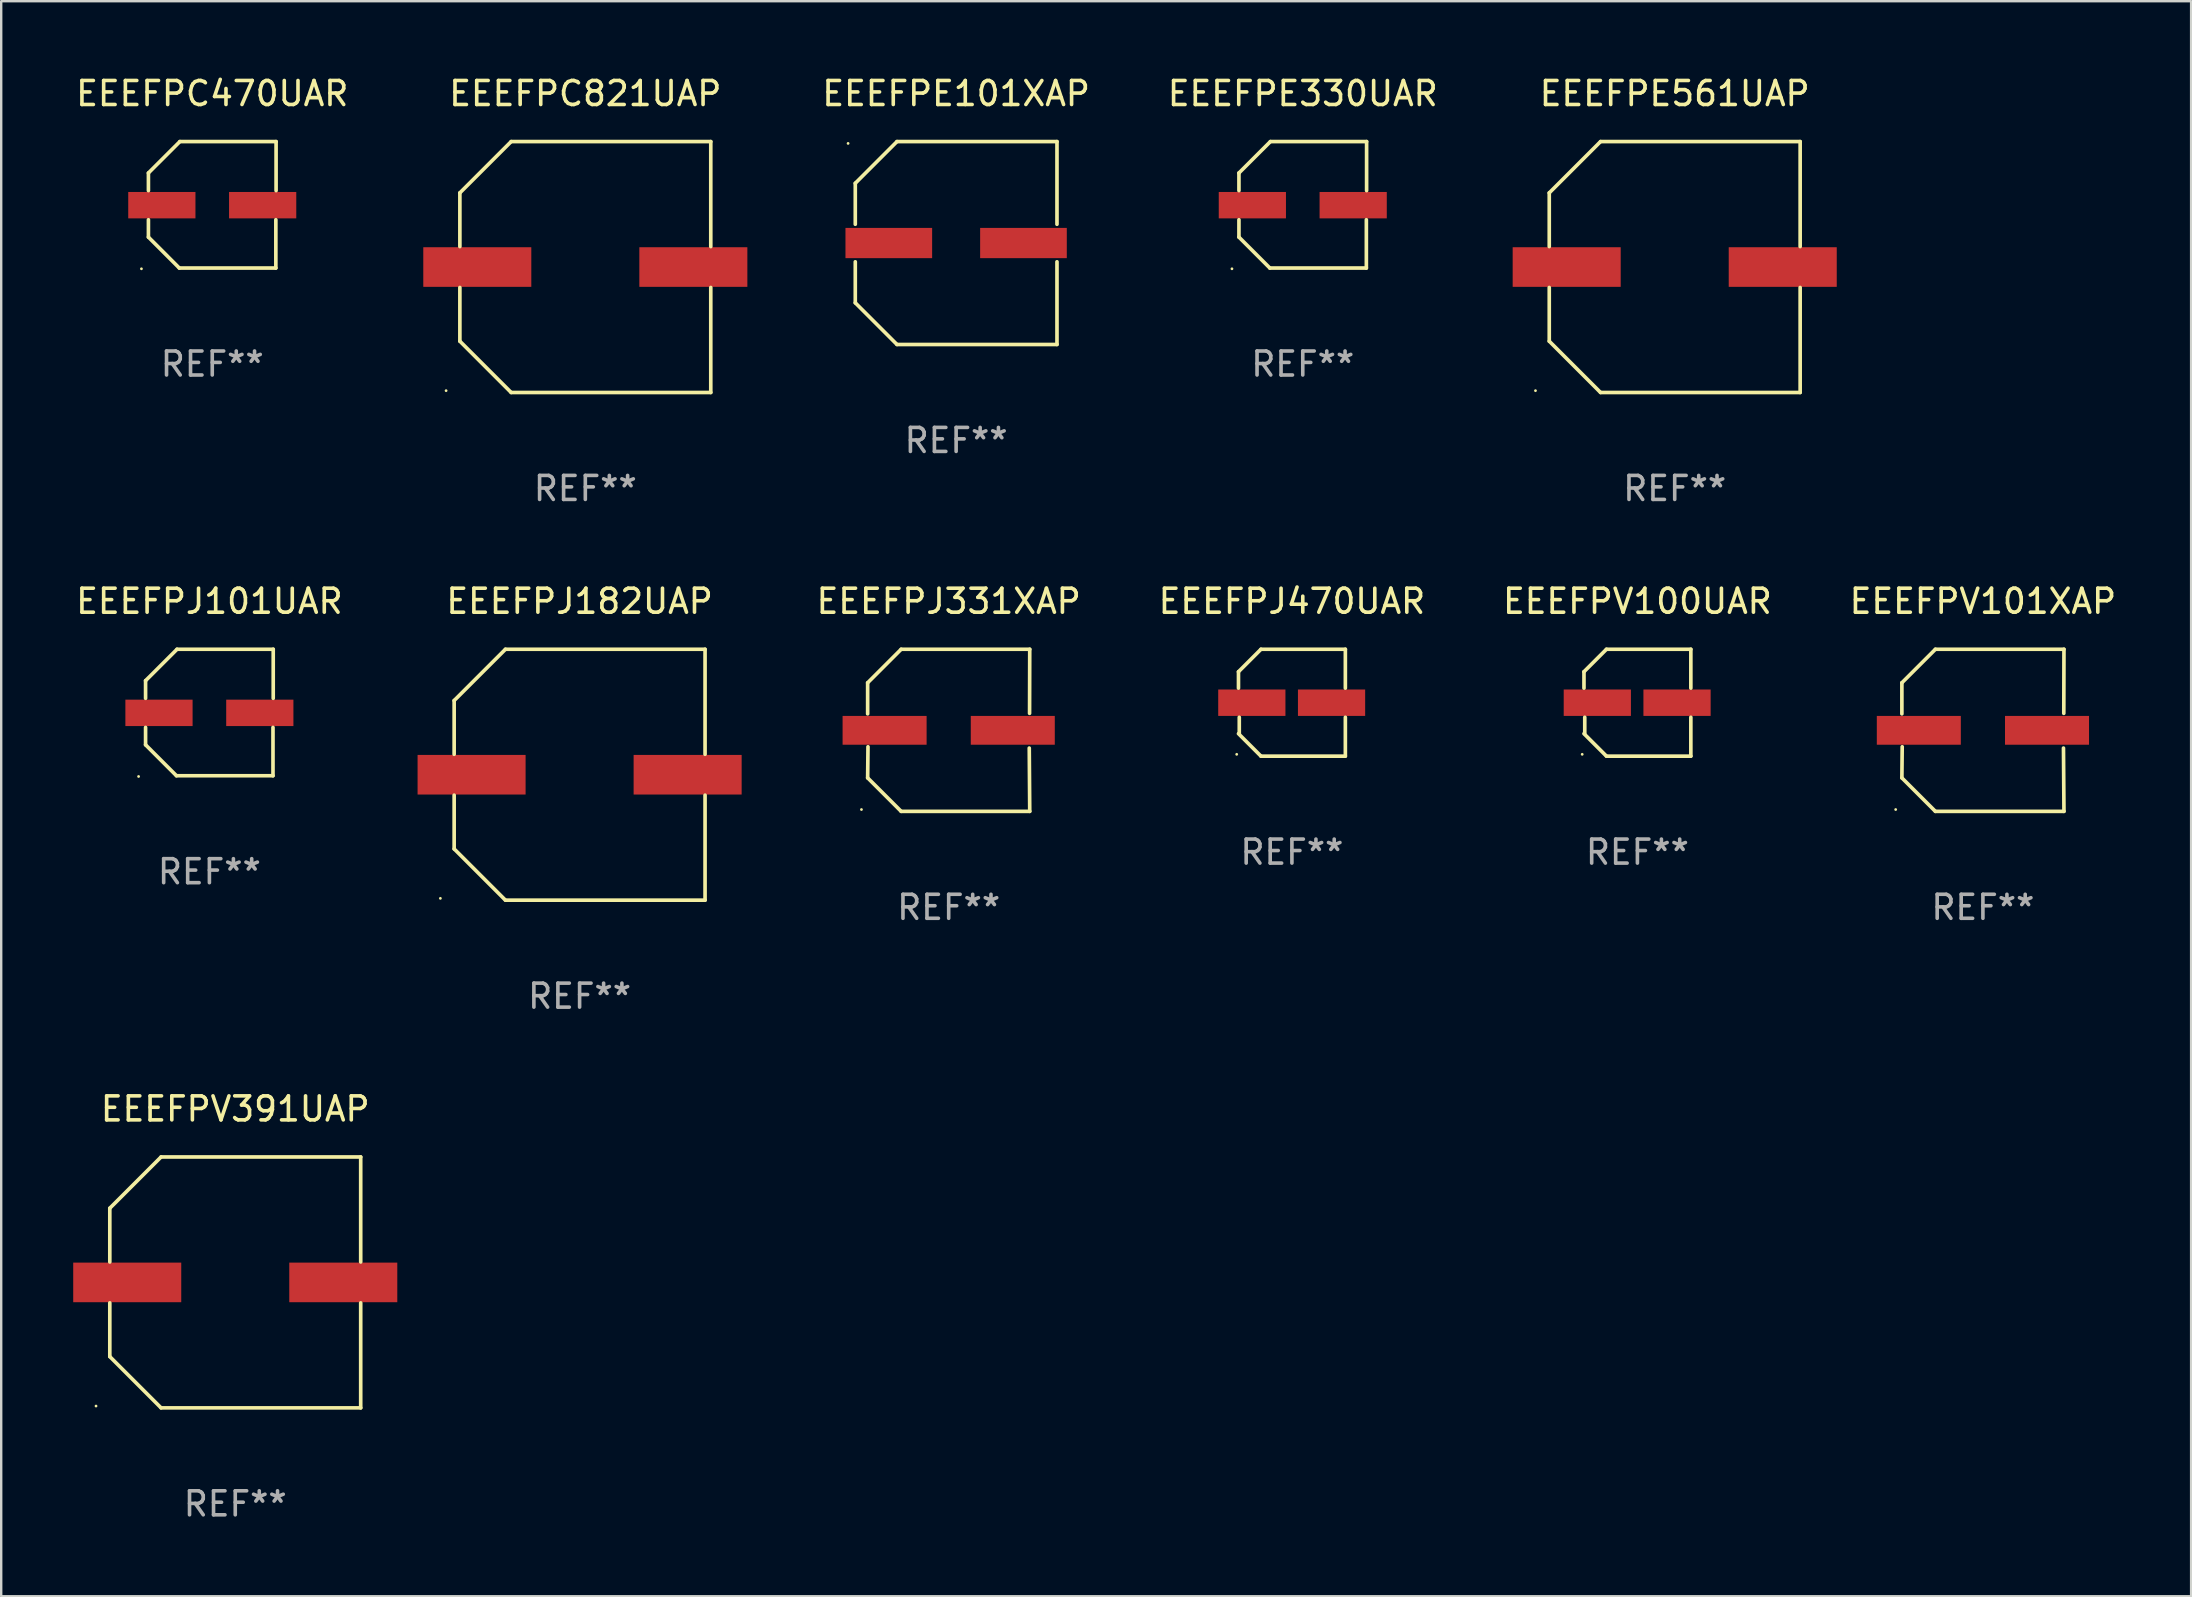
<source format=kicad_pcb>
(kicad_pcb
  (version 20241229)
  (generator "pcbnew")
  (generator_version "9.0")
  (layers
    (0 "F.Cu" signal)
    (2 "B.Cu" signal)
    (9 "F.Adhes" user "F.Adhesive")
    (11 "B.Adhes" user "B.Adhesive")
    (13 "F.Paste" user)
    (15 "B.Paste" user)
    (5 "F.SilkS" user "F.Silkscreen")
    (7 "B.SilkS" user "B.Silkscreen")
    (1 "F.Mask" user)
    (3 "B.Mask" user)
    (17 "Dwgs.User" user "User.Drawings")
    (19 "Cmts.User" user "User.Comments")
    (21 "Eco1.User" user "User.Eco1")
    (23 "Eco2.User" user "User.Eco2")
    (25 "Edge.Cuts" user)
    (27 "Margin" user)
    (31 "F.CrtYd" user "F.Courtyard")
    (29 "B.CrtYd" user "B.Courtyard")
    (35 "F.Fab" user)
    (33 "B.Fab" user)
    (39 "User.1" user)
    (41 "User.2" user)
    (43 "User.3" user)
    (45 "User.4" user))
  (footprint "EEEFPJ101UAR"
    (layer "F.Cu")
    (at 5.673 26.631)
    (property "Reference" "EEEFPJ101UAR" (at 0 -4.634 0) (layer "F.SilkS") (effects (font (size 1 1) (thickness 0.15))))
    (attr through_hole)
    (fp_line (start -2.659 -1.326) (end -2.659 -0.592) (stroke (width 0.152) (type solid)) (layer "F.SilkS"))
    (fp_line (start -2.659 1.346) (end -2.659 0.622) (stroke (width 0.152) (type solid)) (layer "F.SilkS"))
    (fp_line (start -1.372 2.634) (end -2.659 1.346) (stroke (width 0.152) (type solid)) (layer "F.SilkS"))
    (fp_line (start -1.349 -2.634) (end -2.659 -1.326) (stroke (width 0.152) (type solid)) (layer "F.SilkS"))
    (fp_line (start 2.649 0.622) (end 2.649 2.634) (stroke (width 0.152) (type solid)) (layer "F.SilkS"))
    (fp_line (start 2.649 2.634) (end -1.372 2.634) (stroke (width 0.152) (type solid)) (layer "F.SilkS"))
    (fp_line (start 2.659 -2.634) (end -1.349 -2.634) (stroke (width 0.152) (type solid)) (layer "F.SilkS"))
    (fp_line (start 2.659 -0.592) (end 2.659 -2.634) (stroke (width 0.152) (type solid)) (layer "F.SilkS"))
    (fp_circle (center -2.95 2.665) (end -2.92 2.665) (stroke (width 0.06) (type solid)) (fill no) (layer "F.SilkS"))
    (fp_text user "REF**" (at 0 6.634 0) (layer "F.Fab") (effects (font (size 1 1) (thickness 0.15))))
    (pad "1" smd rect (at -2.1 0.015) (size 2.8 1.1) (layers "F.Cu" "F.Mask" "F.Paste"))
    (pad "2" smd rect (at 2.1 0.015) (size 2.8 1.1) (layers "F.Cu" "F.Mask" "F.Paste")))
  (footprint "EEEFPJ470UAR"
    (layer "F.Cu")
    (at 50.768 26.223)
    (property "Reference" "EEEFPJ470UAR" (at 0 -4.226 0) (layer "F.SilkS") (effects (font (size 1 1) (thickness 0.15))))
    (attr through_hole)
    (fp_line (start -2.226 -1.29) (end -2.226 -0.607) (stroke (width 0.152) (type solid)) (layer "F.SilkS"))
    (fp_line (start -2.193 1.29) (end -2.193 0.607) (stroke (width 0.152) (type solid)) (layer "F.SilkS"))
    (fp_line (start -1.29 2.226) (end -2.226 1.29) (stroke (width 0.152) (type solid)) (layer "F.SilkS"))
    (fp_line (start -1.29 -2.226) (end -2.226 -1.29) (stroke (width 0.152) (type solid)) (layer "F.SilkS"))
    (fp_line (start 2.226 -2.226) (end -1.29 -2.226) (stroke (width 0.152) (type solid)) (layer "F.SilkS"))
    (fp_line (start 2.226 -0.607) (end 2.226 -2.226) (stroke (width 0.152) (type solid)) (layer "F.SilkS"))
    (fp_line (start 2.226 0.607) (end 2.226 2.226) (stroke (width 0.152) (type solid)) (layer "F.SilkS"))
    (fp_line (start 2.226 2.226) (end -1.29 2.226) (stroke (width 0.152) (type solid)) (layer "F.SilkS"))
    (fp_circle (center -2.3 2.15) (end -2.27 2.15) (stroke (width 0.06) (type solid)) (fill no) (layer "F.SilkS"))
    (fp_text user "REF**" (at 0 6.226 0) (layer "F.Fab") (effects (font (size 1 1) (thickness 0.15))))
    (pad "1" smd rect (at -1.67 -0.000025) (size 2.8 1.1) (layers "F.Cu" "F.Mask" "F.Paste"))
    (pad "2" smd rect (at 1.651 -0.000025) (size 2.8 1.1) (layers "F.Cu" "F.Mask" "F.Paste")))
  (footprint "EEEFPV391UAP"
    (layer "F.Cu")
    (at 6.75 50.372)
    (property "Reference" "EEEFPV391UAP" (at 0 -7.226 0) (layer "F.SilkS") (effects (font (size 1 1) (thickness 0.15))))
    (attr through_hole)
    (fp_line (start -5.226 -3.09) (end -5.226 -0.852) (stroke (width 0.152) (type solid)) (layer "F.SilkS"))
    (fp_line (start -5.226 3.09) (end -5.226 0.852) (stroke (width 0.152) (type solid)) (layer "F.SilkS"))
    (fp_line (start -3.09 -5.226) (end -5.226 -3.09) (stroke (width 0.152) (type solid)) (layer "F.SilkS"))
    (fp_line (start -3.09 5.226) (end -5.226 3.09) (stroke (width 0.152) (type solid)) (layer "F.SilkS"))
    (fp_line (start 5.226 -5.226) (end -3.09 -5.226) (stroke (width 0.152) (type solid)) (layer "F.SilkS"))
    (fp_line (start 5.226 -0.852) (end 5.226 -5.226) (stroke (width 0.152) (type solid)) (layer "F.SilkS"))
    (fp_line (start 5.226 0.852) (end 5.226 5.226) (stroke (width 0.152) (type solid)) (layer "F.SilkS"))
    (fp_line (start 5.226 5.226) (end -3.09 5.226) (stroke (width 0.152) (type solid)) (layer "F.SilkS"))
    (fp_circle (center -5.8 5.15) (end -5.77 5.15) (stroke (width 0.06) (type solid)) (fill no) (layer "F.SilkS"))
    (fp_text user "REF**" (at 0 9.226 0) (layer "F.Fab") (effects (font (size 1 1) (thickness 0.15))))
    (pad "1" smd rect (at -4.5 0) (size 4.5 1.65) (layers "F.Cu" "F.Mask" "F.Paste"))
    (pad "2" smd rect (at 4.5 0) (size 4.5 1.65) (layers "F.Cu" "F.Mask" "F.Paste")))
  (footprint "EEEFPJ331XAP"
    (layer "F.Cu")
    (at 36.47 27.373)
    (property "Reference" "EEEFPJ331XAP" (at 0 -5.376 0) (layer "F.SilkS") (effects (font (size 1 1) (thickness 0.15))))
    (attr through_hole)
    (fp_line (start -3.376 -1.98) (end -3.376 -0.686) (stroke (width 0.152) (type solid)) (layer "F.SilkS"))
    (fp_line (start -3.376 1.981) (end -3.362 0.686) (stroke (width 0.152) (type solid)) (layer "F.SilkS"))
    (fp_line (start -1.981 3.376) (end -3.376 1.981) (stroke (width 0.152) (type solid)) (layer "F.SilkS"))
    (fp_line (start -1.98 -3.376) (end -3.376 -1.98) (stroke (width 0.152) (type solid)) (layer "F.SilkS"))
    (fp_line (start 3.356 0.74) (end 3.376 3.376) (stroke (width 0.152) (type solid)) (layer "F.SilkS"))
    (fp_line (start 3.369 -0.707) (end 3.376 -3.376) (stroke (width 0.152) (type solid)) (layer "F.SilkS"))
    (fp_line (start 3.376 3.376) (end -1.981 3.376) (stroke (width 0.152) (type solid)) (layer "F.SilkS"))
    (fp_line (start 3.376 -3.376) (end -1.98 -3.376) (stroke (width 0.152) (type solid)) (layer "F.SilkS"))
    (fp_circle (center -3.634 3.3) (end -3.604 3.3) (stroke (width 0.06) (type solid)) (fill no) (layer "F.SilkS"))
    (fp_text user "REF**" (at 0 7.376 0) (layer "F.Fab") (effects (font (size 1 1) (thickness 0.15))))
    (pad "1" smd rect (at -2.67 0.000254) (size 3.5 1.2) (layers "F.Cu" "F.Mask" "F.Paste"))
    (pad "2" smd rect (at 2.67 0.000254) (size 3.5 1.2) (layers "F.Cu" "F.Mask" "F.Paste")))
  (footprint "EEEFPJ182UAP"
    (layer "F.Cu")
    (at 21.095 29.223)
    (property "Reference" "EEEFPJ182UAP" (at 0 -7.226 0) (layer "F.SilkS") (effects (font (size 1 1) (thickness 0.15))))
    (attr through_hole)
    (fp_line (start -5.226 -3.09) (end -5.226 -0.852) (stroke (width 0.152) (type solid)) (layer "F.SilkS"))
    (fp_line (start -5.226 3.09) (end -5.226 0.852) (stroke (width 0.152) (type solid)) (layer "F.SilkS"))
    (fp_line (start -3.09 -5.226) (end -5.226 -3.09) (stroke (width 0.152) (type solid)) (layer "F.SilkS"))
    (fp_line (start -3.09 5.226) (end -5.226 3.09) (stroke (width 0.152) (type solid)) (layer "F.SilkS"))
    (fp_line (start 5.226 -5.226) (end -3.09 -5.226) (stroke (width 0.152) (type solid)) (layer "F.SilkS"))
    (fp_line (start 5.226 -0.852) (end 5.226 -5.226) (stroke (width 0.152) (type solid)) (layer "F.SilkS"))
    (fp_line (start 5.226 0.852) (end 5.226 5.226) (stroke (width 0.152) (type solid)) (layer "F.SilkS"))
    (fp_line (start 5.226 5.226) (end -3.09 5.226) (stroke (width 0.152) (type solid)) (layer "F.SilkS"))
    (fp_circle (center -5.8 5.15) (end -5.77 5.15) (stroke (width 0.06) (type solid)) (fill no) (layer "F.SilkS"))
    (fp_text user "REF**" (at 0 9.226 0) (layer "F.Fab") (effects (font (size 1 1) (thickness 0.15))))
    (pad "1" smd rect (at -4.5 0) (size 4.5 1.65) (layers "F.Cu" "F.Mask" "F.Paste"))
    (pad "2" smd rect (at 4.5 0) (size 4.5 1.65) (layers "F.Cu" "F.Mask" "F.Paste")))
  (footprint "EEEFPC821UAP"
    (layer "F.Cu")
    (at 21.333 8.074)
    (property "Reference" "EEEFPC821UAP" (at 0 -7.226 0) (layer "F.SilkS") (effects (font (size 1 1) (thickness 0.15))))
    (attr through_hole)
    (fp_line (start -5.226 -3.09) (end -5.226 -0.852) (stroke (width 0.152) (type solid)) (layer "F.SilkS"))
    (fp_line (start -5.226 3.09) (end -5.226 0.852) (stroke (width 0.152) (type solid)) (layer "F.SilkS"))
    (fp_line (start -3.09 -5.226) (end -5.226 -3.09) (stroke (width 0.152) (type solid)) (layer "F.SilkS"))
    (fp_line (start -3.09 5.226) (end -5.226 3.09) (stroke (width 0.152) (type solid)) (layer "F.SilkS"))
    (fp_line (start 5.226 -5.226) (end -3.09 -5.226) (stroke (width 0.152) (type solid)) (layer "F.SilkS"))
    (fp_line (start 5.226 -0.852) (end 5.226 -5.226) (stroke (width 0.152) (type solid)) (layer "F.SilkS"))
    (fp_line (start 5.226 0.852) (end 5.226 5.226) (stroke (width 0.152) (type solid)) (layer "F.SilkS"))
    (fp_line (start 5.226 5.226) (end -3.09 5.226) (stroke (width 0.152) (type solid)) (layer "F.SilkS"))
    (fp_circle (center -5.8 5.15) (end -5.77 5.15) (stroke (width 0.06) (type solid)) (fill no) (layer "F.SilkS"))
    (fp_text user "REF**" (at 0 9.226 0) (layer "F.Fab") (effects (font (size 1 1) (thickness 0.15))))
    (pad "1" smd rect (at -4.5 0) (size 4.5 1.65) (layers "F.Cu" "F.Mask" "F.Paste"))
    (pad "2" smd rect (at 4.5 0) (size 4.5 1.65) (layers "F.Cu" "F.Mask" "F.Paste")))
  (footprint "EEEFPE330UAR"
    (layer "F.Cu")
    (at 51.22 5.482)
    (property "Reference" "EEEFPE330UAR" (at 0 -4.634 0) (layer "F.SilkS") (effects (font (size 1 1) (thickness 0.15))))
    (attr through_hole)
    (fp_line (start -2.659 -1.326) (end -2.659 -0.592) (stroke (width 0.152) (type solid)) (layer "F.SilkS"))
    (fp_line (start -2.659 1.346) (end -2.659 0.622) (stroke (width 0.152) (type solid)) (layer "F.SilkS"))
    (fp_line (start -1.372 2.634) (end -2.659 1.346) (stroke (width 0.152) (type solid)) (layer "F.SilkS"))
    (fp_line (start -1.349 -2.634) (end -2.659 -1.326) (stroke (width 0.152) (type solid)) (layer "F.SilkS"))
    (fp_line (start 2.649 0.622) (end 2.649 2.634) (stroke (width 0.152) (type solid)) (layer "F.SilkS"))
    (fp_line (start 2.649 2.634) (end -1.372 2.634) (stroke (width 0.152) (type solid)) (layer "F.SilkS"))
    (fp_line (start 2.659 -2.634) (end -1.349 -2.634) (stroke (width 0.152) (type solid)) (layer "F.SilkS"))
    (fp_line (start 2.659 -0.592) (end 2.659 -2.634) (stroke (width 0.152) (type solid)) (layer "F.SilkS"))
    (fp_circle (center -2.95 2.665) (end -2.92 2.665) (stroke (width 0.06) (type solid)) (fill no) (layer "F.SilkS"))
    (fp_text user "REF**" (at 0 6.634 0) (layer "F.Fab") (effects (font (size 1 1) (thickness 0.15))))
    (pad "1" smd rect (at -2.1 0.015) (size 2.8 1.1) (layers "F.Cu" "F.Mask" "F.Paste"))
    (pad "2" smd rect (at 2.1 0.015) (size 2.8 1.1) (layers "F.Cu" "F.Mask" "F.Paste")))
  (footprint "EEEFPV100UAR"
    (layer "F.Cu")
    (at 65.16 26.223)
    (property "Reference" "EEEFPV100UAR" (at 0 -4.226 0) (layer "F.SilkS") (effects (font (size 1 1) (thickness 0.15))))
    (attr through_hole)
    (fp_line (start -2.226 -1.29) (end -2.226 -0.607) (stroke (width 0.152) (type solid)) (layer "F.SilkS"))
    (fp_line (start -2.193 1.29) (end -2.193 0.607) (stroke (width 0.152) (type solid)) (layer "F.SilkS"))
    (fp_line (start -1.29 2.226) (end -2.226 1.29) (stroke (width 0.152) (type solid)) (layer "F.SilkS"))
    (fp_line (start -1.29 -2.226) (end -2.226 -1.29) (stroke (width 0.152) (type solid)) (layer "F.SilkS"))
    (fp_line (start 2.226 -2.226) (end -1.29 -2.226) (stroke (width 0.152) (type solid)) (layer "F.SilkS"))
    (fp_line (start 2.226 -0.607) (end 2.226 -2.226) (stroke (width 0.152) (type solid)) (layer "F.SilkS"))
    (fp_line (start 2.226 0.607) (end 2.226 2.226) (stroke (width 0.152) (type solid)) (layer "F.SilkS"))
    (fp_line (start 2.226 2.226) (end -1.29 2.226) (stroke (width 0.152) (type solid)) (layer "F.SilkS"))
    (fp_circle (center -2.3 2.15) (end -2.27 2.15) (stroke (width 0.06) (type solid)) (fill no) (layer "F.SilkS"))
    (fp_text user "REF**" (at 0 6.226 0) (layer "F.Fab") (effects (font (size 1 1) (thickness 0.15))))
    (pad "1" smd rect (at -1.67 -0.000025) (size 2.8 1.1) (layers "F.Cu" "F.Mask" "F.Paste"))
    (pad "2" smd rect (at 1.651 -0.000025) (size 2.8 1.1) (layers "F.Cu" "F.Mask" "F.Paste")))
  (footprint "EEEFPC470UAR"
    (layer "F.Cu")
    (at 5.792 5.482)
    (property "Reference" "EEEFPC470UAR" (at 0 -4.634 0) (layer "F.SilkS") (effects (font (size 1 1) (thickness 0.15))))
    (attr through_hole)
    (fp_line (start -2.659 -1.326) (end -2.659 -0.592) (stroke (width 0.152) (type solid)) (layer "F.SilkS"))
    (fp_line (start -2.659 1.346) (end -2.659 0.622) (stroke (width 0.152) (type solid)) (layer "F.SilkS"))
    (fp_line (start -1.372 2.634) (end -2.659 1.346) (stroke (width 0.152) (type solid)) (layer "F.SilkS"))
    (fp_line (start -1.349 -2.634) (end -2.659 -1.326) (stroke (width 0.152) (type solid)) (layer "F.SilkS"))
    (fp_line (start 2.649 0.622) (end 2.649 2.634) (stroke (width 0.152) (type solid)) (layer "F.SilkS"))
    (fp_line (start 2.649 2.634) (end -1.372 2.634) (stroke (width 0.152) (type solid)) (layer "F.SilkS"))
    (fp_line (start 2.659 -2.634) (end -1.349 -2.634) (stroke (width 0.152) (type solid)) (layer "F.SilkS"))
    (fp_line (start 2.659 -0.592) (end 2.659 -2.634) (stroke (width 0.152) (type solid)) (layer "F.SilkS"))
    (fp_circle (center -2.95 2.665) (end -2.92 2.665) (stroke (width 0.06) (type solid)) (fill no) (layer "F.SilkS"))
    (fp_text user "REF**" (at 0 6.634 0) (layer "F.Fab") (effects (font (size 1 1) (thickness 0.15))))
    (pad "1" smd rect (at -2.1 0.015) (size 2.8 1.1) (layers "F.Cu" "F.Mask" "F.Paste"))
    (pad "2" smd rect (at 2.1 0.015) (size 2.8 1.1) (layers "F.Cu" "F.Mask" "F.Paste")))
  (footprint "EEEFPV101XAP"
    (layer "F.Cu")
    (at 79.553 27.373)
    (property "Reference" "EEEFPV101XAP" (at 0 -5.376 0) (layer "F.SilkS") (effects (font (size 1 1) (thickness 0.15))))
    (attr through_hole)
    (fp_line (start -3.376 -1.98) (end -3.376 -0.686) (stroke (width 0.152) (type solid)) (layer "F.SilkS"))
    (fp_line (start -3.376 1.981) (end -3.362 0.686) (stroke (width 0.152) (type solid)) (layer "F.SilkS"))
    (fp_line (start -1.981 3.376) (end -3.376 1.981) (stroke (width 0.152) (type solid)) (layer "F.SilkS"))
    (fp_line (start -1.98 -3.376) (end -3.376 -1.98) (stroke (width 0.152) (type solid)) (layer "F.SilkS"))
    (fp_line (start 3.356 0.74) (end 3.376 3.376) (stroke (width 0.152) (type solid)) (layer "F.SilkS"))
    (fp_line (start 3.369 -0.707) (end 3.376 -3.376) (stroke (width 0.152) (type solid)) (layer "F.SilkS"))
    (fp_line (start 3.376 3.376) (end -1.981 3.376) (stroke (width 0.152) (type solid)) (layer "F.SilkS"))
    (fp_line (start 3.376 -3.376) (end -1.98 -3.376) (stroke (width 0.152) (type solid)) (layer "F.SilkS"))
    (fp_circle (center -3.634 3.3) (end -3.604 3.3) (stroke (width 0.06) (type solid)) (fill no) (layer "F.SilkS"))
    (fp_text user "REF**" (at 0 7.376 0) (layer "F.Fab") (effects (font (size 1 1) (thickness 0.15))))
    (pad "1" smd rect (at -2.67 0.000254) (size 3.5 1.2) (layers "F.Cu" "F.Mask" "F.Paste"))
    (pad "2" smd rect (at 2.67 0.000254) (size 3.5 1.2) (layers "F.Cu" "F.Mask" "F.Paste")))
  (footprint "EEEFPE101XAP"
    (layer "F.Cu")
    (at 36.78 7.074)
    (property "Reference" "EEEFPE101XAP" (at 0 -6.226 0) (layer "F.SilkS") (effects (font (size 1 1) (thickness 0.15))))
    (attr through_hole)
    (fp_line (start -4.201 -2.49) (end -4.201 -0.782) (stroke (width 0.152) (type solid)) (layer "F.SilkS"))
    (fp_line (start -4.201 2.49) (end -4.201 0.782) (stroke (width 0.152) (type solid)) (layer "F.SilkS"))
    (fp_line (start -2.465 -4.226) (end -4.201 -2.49) (stroke (width 0.152) (type solid)) (layer "F.SilkS"))
    (fp_line (start -2.465 4.226) (end -4.201 2.49) (stroke (width 0.152) (type solid)) (layer "F.SilkS"))
    (fp_line (start 4.201 -4.226) (end -2.465 -4.226) (stroke (width 0.152) (type solid)) (layer "F.SilkS"))
    (fp_line (start 4.201 -0.782) (end 4.201 -4.226) (stroke (width 0.152) (type solid)) (layer "F.SilkS"))
    (fp_line (start 4.201 0.782) (end 4.201 4.226) (stroke (width 0.152) (type solid)) (layer "F.SilkS"))
    (fp_line (start 4.201 4.226) (end -2.465 4.226) (stroke (width 0.152) (type solid)) (layer "F.SilkS"))
    (fp_circle (center -4.501 -4.15) (end -4.471 -4.15) (stroke (width 0.06) (type solid)) (fill no) (layer "F.SilkS"))
    (fp_text user "REF**" (at 0 8.226 0) (layer "F.Fab") (effects (font (size 1 1) (thickness 0.15))))
    (pad "1" smd rect (at -2.805 0) (size 3.61 1.26) (layers "F.Cu" "F.Mask" "F.Paste"))
    (pad "2" smd rect (at 2.805 0) (size 3.61 1.26) (layers "F.Cu" "F.Mask" "F.Paste")))
  (footprint "EEEFPE561UAP"
    (layer "F.Cu")
    (at 66.714 8.074)
    (property "Reference" "EEEFPE561UAP" (at 0 -7.226 0) (layer "F.SilkS") (effects (font (size 1 1) (thickness 0.15))))
    (attr through_hole)
    (fp_line (start -5.226 -3.09) (end -5.226 -0.852) (stroke (width 0.152) (type solid)) (layer "F.SilkS"))
    (fp_line (start -5.226 3.09) (end -5.226 0.852) (stroke (width 0.152) (type solid)) (layer "F.SilkS"))
    (fp_line (start -3.09 -5.226) (end -5.226 -3.09) (stroke (width 0.152) (type solid)) (layer "F.SilkS"))
    (fp_line (start -3.09 5.226) (end -5.226 3.09) (stroke (width 0.152) (type solid)) (layer "F.SilkS"))
    (fp_line (start 5.226 -5.226) (end -3.09 -5.226) (stroke (width 0.152) (type solid)) (layer "F.SilkS"))
    (fp_line (start 5.226 -0.852) (end 5.226 -5.226) (stroke (width 0.152) (type solid)) (layer "F.SilkS"))
    (fp_line (start 5.226 0.852) (end 5.226 5.226) (stroke (width 0.152) (type solid)) (layer "F.SilkS"))
    (fp_line (start 5.226 5.226) (end -3.09 5.226) (stroke (width 0.152) (type solid)) (layer "F.SilkS"))
    (fp_circle (center -5.8 5.15) (end -5.77 5.15) (stroke (width 0.06) (type solid)) (fill no) (layer "F.SilkS"))
    (fp_text user "REF**" (at 0 9.226 0) (layer "F.Fab") (effects (font (size 1 1) (thickness 0.15))))
    (pad "1" smd rect (at -4.5 0) (size 4.5 1.65) (layers "F.Cu" "F.Mask" "F.Paste"))
    (pad "2" smd rect (at 4.5 0) (size 4.5 1.65) (layers "F.Cu" "F.Mask" "F.Paste")))
  (gr_rect
    (start -3 -3)
    (end 88.226 63.447)
    (stroke (width 0.1) (type default))
    (fill no)
    (layer "Edge.Cuts")))
</source>
